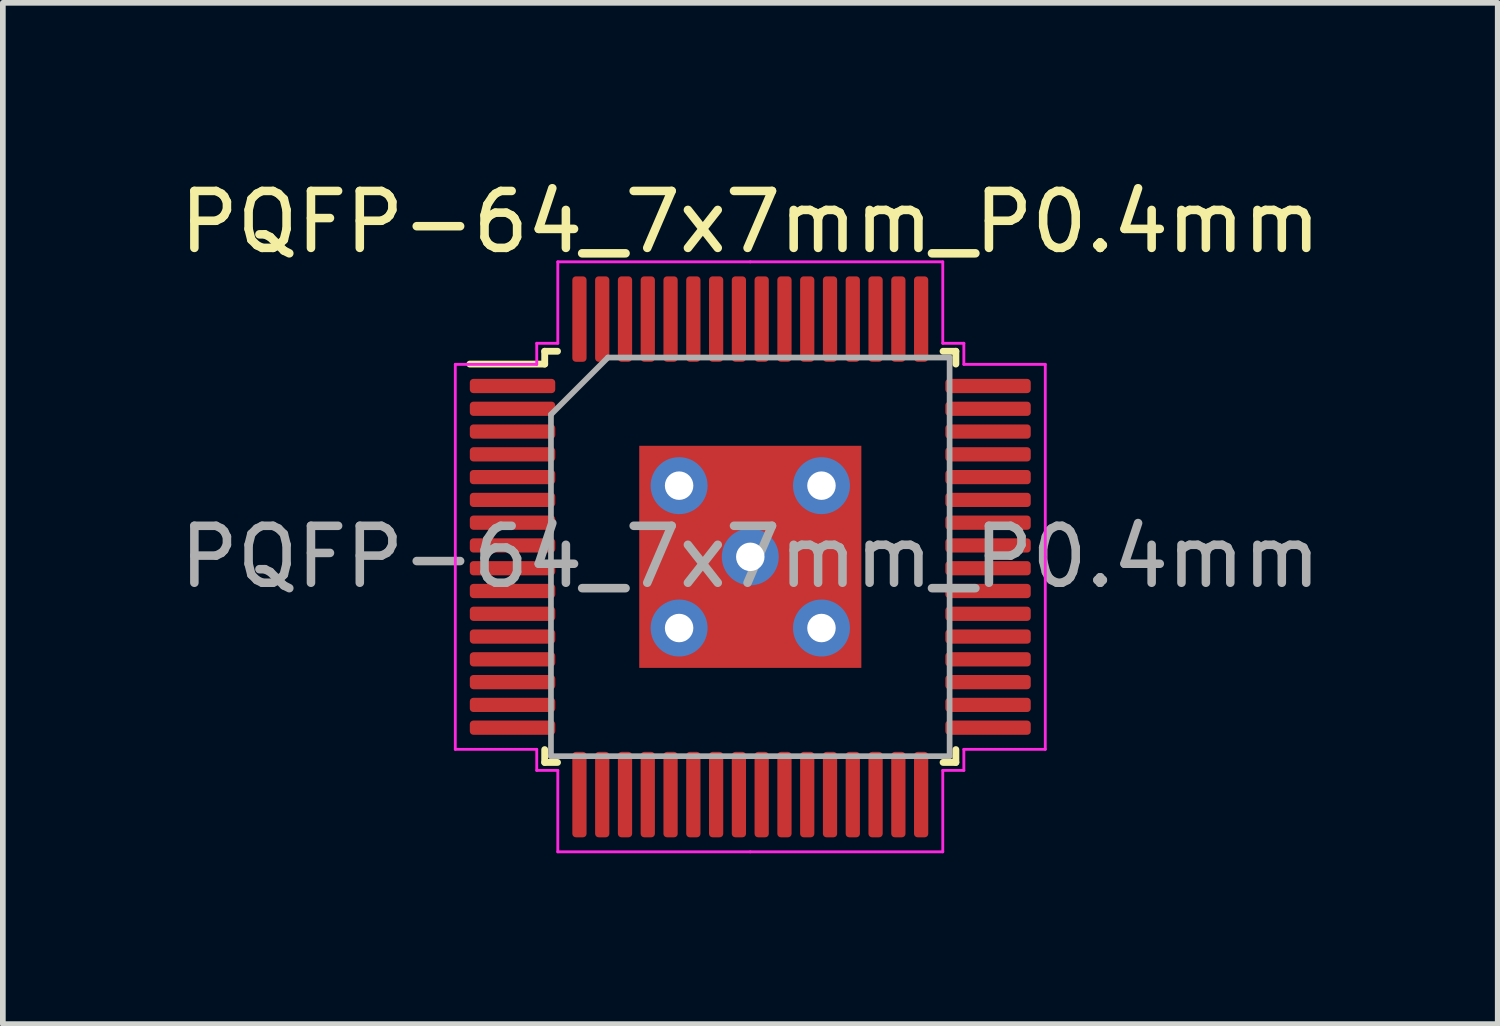
<source format=kicad_pcb>
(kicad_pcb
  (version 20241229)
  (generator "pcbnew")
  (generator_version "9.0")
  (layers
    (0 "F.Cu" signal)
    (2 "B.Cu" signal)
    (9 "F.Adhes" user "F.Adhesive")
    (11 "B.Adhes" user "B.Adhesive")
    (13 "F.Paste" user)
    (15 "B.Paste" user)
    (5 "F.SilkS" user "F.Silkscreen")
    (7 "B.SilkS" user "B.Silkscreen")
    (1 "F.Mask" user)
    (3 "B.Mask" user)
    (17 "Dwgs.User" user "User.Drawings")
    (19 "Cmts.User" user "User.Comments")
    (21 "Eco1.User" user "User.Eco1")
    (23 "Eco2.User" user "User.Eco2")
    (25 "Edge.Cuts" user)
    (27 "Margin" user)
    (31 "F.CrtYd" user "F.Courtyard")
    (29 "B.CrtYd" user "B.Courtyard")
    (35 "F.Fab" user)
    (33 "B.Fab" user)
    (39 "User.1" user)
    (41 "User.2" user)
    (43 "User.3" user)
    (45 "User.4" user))
  (footprint "PQFP-64_7x7mm_P0.4mm"
    (layer "F.Cu")
    (at 10.125 6.728)
    (property "Reference" "PQFP-64_7x7mm_P0.4mm" (at 0 -5.88 0) (layer "F.SilkS") (effects (font (size 1 1) (thickness 0.15))))
    (attr smd)
    (fp_line (start -3.61 -3.61) (end -3.61 -3.385) (stroke (width 0.12) (type solid)) (layer "F.SilkS"))
    (fp_line (start -3.61 -3.385) (end -4.925 -3.385) (stroke (width 0.12) (type solid)) (layer "F.SilkS"))
    (fp_line (start -3.61 3.61) (end -3.61 3.385) (stroke (width 0.12) (type solid)) (layer "F.SilkS"))
    (fp_line (start -3.385 -3.61) (end -3.61 -3.61) (stroke (width 0.12) (type solid)) (layer "F.SilkS"))
    (fp_line (start -3.385 3.61) (end -3.61 3.61) (stroke (width 0.12) (type solid)) (layer "F.SilkS"))
    (fp_line (start 3.385 -3.61) (end 3.61 -3.61) (stroke (width 0.12) (type solid)) (layer "F.SilkS"))
    (fp_line (start 3.385 3.61) (end 3.61 3.61) (stroke (width 0.12) (type solid)) (layer "F.SilkS"))
    (fp_line (start 3.61 -3.61) (end 3.61 -3.385) (stroke (width 0.12) (type solid)) (layer "F.SilkS"))
    (fp_line (start 3.61 3.61) (end 3.61 3.385) (stroke (width 0.12) (type solid)) (layer "F.SilkS"))
    (fp_line (start -5.18 -3.38) (end -5.18 0) (stroke (width 0.05) (type solid)) (layer "F.CrtYd"))
    (fp_line (start -5.18 3.38) (end -5.18 0) (stroke (width 0.05) (type solid)) (layer "F.CrtYd"))
    (fp_line (start -3.75 -3.75) (end -3.75 -3.38) (stroke (width 0.05) (type solid)) (layer "F.CrtYd"))
    (fp_line (start -3.75 -3.38) (end -5.18 -3.38) (stroke (width 0.05) (type solid)) (layer "F.CrtYd"))
    (fp_line (start -3.75 3.38) (end -5.18 3.38) (stroke (width 0.05) (type solid)) (layer "F.CrtYd"))
    (fp_line (start -3.75 3.75) (end -3.75 3.38) (stroke (width 0.05) (type solid)) (layer "F.CrtYd"))
    (fp_line (start -3.38 -5.18) (end -3.38 -3.75) (stroke (width 0.05) (type solid)) (layer "F.CrtYd"))
    (fp_line (start -3.38 -3.75) (end -3.75 -3.75) (stroke (width 0.05) (type solid)) (layer "F.CrtYd"))
    (fp_line (start -3.38 3.75) (end -3.75 3.75) (stroke (width 0.05) (type solid)) (layer "F.CrtYd"))
    (fp_line (start -3.38 5.18) (end -3.38 3.75) (stroke (width 0.05) (type solid)) (layer "F.CrtYd"))
    (fp_line (start 0 -5.18) (end -3.38 -5.18) (stroke (width 0.05) (type solid)) (layer "F.CrtYd"))
    (fp_line (start 0 -5.18) (end 3.38 -5.18) (stroke (width 0.05) (type solid)) (layer "F.CrtYd"))
    (fp_line (start 0 5.18) (end -3.38 5.18) (stroke (width 0.05) (type solid)) (layer "F.CrtYd"))
    (fp_line (start 0 5.18) (end 3.38 5.18) (stroke (width 0.05) (type solid)) (layer "F.CrtYd"))
    (fp_line (start 3.38 -5.18) (end 3.38 -3.75) (stroke (width 0.05) (type solid)) (layer "F.CrtYd"))
    (fp_line (start 3.38 -3.75) (end 3.75 -3.75) (stroke (width 0.05) (type solid)) (layer "F.CrtYd"))
    (fp_line (start 3.38 3.75) (end 3.75 3.75) (stroke (width 0.05) (type solid)) (layer "F.CrtYd"))
    (fp_line (start 3.38 5.18) (end 3.38 3.75) (stroke (width 0.05) (type solid)) (layer "F.CrtYd"))
    (fp_line (start 3.75 -3.75) (end 3.75 -3.38) (stroke (width 0.05) (type solid)) (layer "F.CrtYd"))
    (fp_line (start 3.75 -3.38) (end 5.18 -3.38) (stroke (width 0.05) (type solid)) (layer "F.CrtYd"))
    (fp_line (start 3.75 3.38) (end 5.18 3.38) (stroke (width 0.05) (type solid)) (layer "F.CrtYd"))
    (fp_line (start 3.75 3.75) (end 3.75 3.38) (stroke (width 0.05) (type solid)) (layer "F.CrtYd"))
    (fp_line (start 5.18 -3.38) (end 5.18 0) (stroke (width 0.05) (type solid)) (layer "F.CrtYd"))
    (fp_line (start 5.18 3.38) (end 5.18 0) (stroke (width 0.05) (type solid)) (layer "F.CrtYd"))
    (fp_line (start -3.5 -2.5) (end -2.5 -3.5) (stroke (width 0.1) (type solid)) (layer "F.Fab"))
    (fp_line (start -3.5 3.5) (end -3.5 -2.5) (stroke (width 0.1) (type solid)) (layer "F.Fab"))
    (fp_line (start -2.5 -3.5) (end 3.5 -3.5) (stroke (width 0.1) (type solid)) (layer "F.Fab"))
    (fp_line (start 3.5 -3.5) (end 3.5 3.5) (stroke (width 0.1) (type solid)) (layer "F.Fab"))
    (fp_line (start 3.5 3.5) (end -3.5 3.5) (stroke (width 0.1) (type solid)) (layer "F.Fab"))
    (fp_text user "${REFERENCE}" (at 0 0 0) (layer "F.Fab") (effects (font (size 1 1) (thickness 0.15))))
    (pad "1" smd roundrect (at -4.175 -3) (size 1.5 0.25) (layers "F.Cu" "F.Mask" "F.Paste") (roundrect_rratio 0.25))
    (pad "2" smd roundrect (at -4.175 -2.6) (size 1.5 0.25) (layers "F.Cu" "F.Mask" "F.Paste") (roundrect_rratio 0.25))
    (pad "3" smd roundrect (at -4.175 -2.2) (size 1.5 0.25) (layers "F.Cu" "F.Mask" "F.Paste") (roundrect_rratio 0.25))
    (pad "4" smd roundrect (at -4.175 -1.8) (size 1.5 0.25) (layers "F.Cu" "F.Mask" "F.Paste") (roundrect_rratio 0.25))
    (pad "5" smd roundrect (at -4.175 -1.4) (size 1.5 0.25) (layers "F.Cu" "F.Mask" "F.Paste") (roundrect_rratio 0.25))
    (pad "6" smd roundrect (at -4.175 -1) (size 1.5 0.25) (layers "F.Cu" "F.Mask" "F.Paste") (roundrect_rratio 0.25))
    (pad "7" smd roundrect (at -4.175 -0.6) (size 1.5 0.25) (layers "F.Cu" "F.Mask" "F.Paste") (roundrect_rratio 0.25))
    (pad "8" smd roundrect (at -4.175 -0.2) (size 1.5 0.25) (layers "F.Cu" "F.Mask" "F.Paste") (roundrect_rratio 0.25))
    (pad "9" smd roundrect (at -4.175 0.2) (size 1.5 0.25) (layers "F.Cu" "F.Mask" "F.Paste") (roundrect_rratio 0.25))
    (pad "10" smd roundrect (at -4.175 0.6) (size 1.5 0.25) (layers "F.Cu" "F.Mask" "F.Paste") (roundrect_rratio 0.25))
    (pad "11" smd roundrect (at -4.175 1) (size 1.5 0.25) (layers "F.Cu" "F.Mask" "F.Paste") (roundrect_rratio 0.25))
    (pad "12" smd roundrect (at -4.175 1.4) (size 1.5 0.25) (layers "F.Cu" "F.Mask" "F.Paste") (roundrect_rratio 0.25))
    (pad "13" smd roundrect (at -4.175 1.8) (size 1.5 0.25) (layers "F.Cu" "F.Mask" "F.Paste") (roundrect_rratio 0.25))
    (pad "14" smd roundrect (at -4.175 2.2) (size 1.5 0.25) (layers "F.Cu" "F.Mask" "F.Paste") (roundrect_rratio 0.25))
    (pad "15" smd roundrect (at -4.175 2.6) (size 1.5 0.25) (layers "F.Cu" "F.Mask" "F.Paste") (roundrect_rratio 0.25))
    (pad "16" smd roundrect (at -4.175 3) (size 1.5 0.25) (layers "F.Cu" "F.Mask" "F.Paste") (roundrect_rratio 0.25))
    (pad "17" smd roundrect (at -3 4.175) (size 0.25 1.5) (layers "F.Cu" "F.Mask" "F.Paste") (roundrect_rratio 0.25))
    (pad "18" smd roundrect (at -2.6 4.175) (size 0.25 1.5) (layers "F.Cu" "F.Mask" "F.Paste") (roundrect_rratio 0.25))
    (pad "19" smd roundrect (at -2.2 4.175) (size 0.25 1.5) (layers "F.Cu" "F.Mask" "F.Paste") (roundrect_rratio 0.25))
    (pad "20" smd roundrect (at -1.8 4.175) (size 0.25 1.5) (layers "F.Cu" "F.Mask" "F.Paste") (roundrect_rratio 0.25))
    (pad "21" smd roundrect (at -1.4 4.175) (size 0.25 1.5) (layers "F.Cu" "F.Mask" "F.Paste") (roundrect_rratio 0.25))
    (pad "22" smd roundrect (at -1 4.175) (size 0.25 1.5) (layers "F.Cu" "F.Mask" "F.Paste") (roundrect_rratio 0.25))
    (pad "23" smd roundrect (at -0.6 4.175) (size 0.25 1.5) (layers "F.Cu" "F.Mask" "F.Paste") (roundrect_rratio 0.25))
    (pad "24" smd roundrect (at -0.2 4.175) (size 0.25 1.5) (layers "F.Cu" "F.Mask" "F.Paste") (roundrect_rratio 0.25))
    (pad "25" smd roundrect (at 0.2 4.175) (size 0.25 1.5) (layers "F.Cu" "F.Mask" "F.Paste") (roundrect_rratio 0.25))
    (pad "26" smd roundrect (at 0.6 4.175) (size 0.25 1.5) (layers "F.Cu" "F.Mask" "F.Paste") (roundrect_rratio 0.25))
    (pad "27" smd roundrect (at 1 4.175) (size 0.25 1.5) (layers "F.Cu" "F.Mask" "F.Paste") (roundrect_rratio 0.25))
    (pad "28" smd roundrect (at 1.4 4.175) (size 0.25 1.5) (layers "F.Cu" "F.Mask" "F.Paste") (roundrect_rratio 0.25))
    (pad "29" smd roundrect (at 1.8 4.175) (size 0.25 1.5) (layers "F.Cu" "F.Mask" "F.Paste") (roundrect_rratio 0.25))
    (pad "30" smd roundrect (at 2.2 4.175) (size 0.25 1.5) (layers "F.Cu" "F.Mask" "F.Paste") (roundrect_rratio 0.25))
    (pad "31" smd roundrect (at 2.6 4.175) (size 0.25 1.5) (layers "F.Cu" "F.Mask" "F.Paste") (roundrect_rratio 0.25))
    (pad "32" smd roundrect (at 3 4.175) (size 0.25 1.5) (layers "F.Cu" "F.Mask" "F.Paste") (roundrect_rratio 0.25))
    (pad "33" smd roundrect (at 4.175 3) (size 1.5 0.25) (layers "F.Cu" "F.Mask" "F.Paste") (roundrect_rratio 0.25))
    (pad "34" smd roundrect (at 4.175 2.6) (size 1.5 0.25) (layers "F.Cu" "F.Mask" "F.Paste") (roundrect_rratio 0.25))
    (pad "35" smd roundrect (at 4.175 2.2) (size 1.5 0.25) (layers "F.Cu" "F.Mask" "F.Paste") (roundrect_rratio 0.25))
    (pad "36" smd roundrect (at 4.175 1.8) (size 1.5 0.25) (layers "F.Cu" "F.Mask" "F.Paste") (roundrect_rratio 0.25))
    (pad "37" smd roundrect (at 4.175 1.4) (size 1.5 0.25) (layers "F.Cu" "F.Mask" "F.Paste") (roundrect_rratio 0.25))
    (pad "38" smd roundrect (at 4.175 1) (size 1.5 0.25) (layers "F.Cu" "F.Mask" "F.Paste") (roundrect_rratio 0.25))
    (pad "39" smd roundrect (at 4.175 0.6) (size 1.5 0.25) (layers "F.Cu" "F.Mask" "F.Paste") (roundrect_rratio 0.25))
    (pad "40" smd roundrect (at 4.175 0.2) (size 1.5 0.25) (layers "F.Cu" "F.Mask" "F.Paste") (roundrect_rratio 0.25))
    (pad "41" smd roundrect (at 4.175 -0.2) (size 1.5 0.25) (layers "F.Cu" "F.Mask" "F.Paste") (roundrect_rratio 0.25))
    (pad "42" smd roundrect (at 4.175 -0.6) (size 1.5 0.25) (layers "F.Cu" "F.Mask" "F.Paste") (roundrect_rratio 0.25))
    (pad "43" smd roundrect (at 4.175 -1) (size 1.5 0.25) (layers "F.Cu" "F.Mask" "F.Paste") (roundrect_rratio 0.25))
    (pad "44" smd roundrect (at 4.175 -1.4) (size 1.5 0.25) (layers "F.Cu" "F.Mask" "F.Paste") (roundrect_rratio 0.25))
    (pad "45" smd roundrect (at 4.175 -1.8) (size 1.5 0.25) (layers "F.Cu" "F.Mask" "F.Paste") (roundrect_rratio 0.25))
    (pad "46" smd roundrect (at 4.175 -2.2) (size 1.5 0.25) (layers "F.Cu" "F.Mask" "F.Paste") (roundrect_rratio 0.25))
    (pad "47" smd roundrect (at 4.175 -2.6) (size 1.5 0.25) (layers "F.Cu" "F.Mask" "F.Paste") (roundrect_rratio 0.25))
    (pad "48" smd roundrect (at 4.175 -3) (size 1.5 0.25) (layers "F.Cu" "F.Mask" "F.Paste") (roundrect_rratio 0.25))
    (pad "49" smd roundrect (at 3 -4.175) (size 0.25 1.5) (layers "F.Cu" "F.Mask" "F.Paste") (roundrect_rratio 0.25))
    (pad "50" smd roundrect (at 2.6 -4.175) (size 0.25 1.5) (layers "F.Cu" "F.Mask" "F.Paste") (roundrect_rratio 0.25))
    (pad "51" smd roundrect (at 2.2 -4.175) (size 0.25 1.5) (layers "F.Cu" "F.Mask" "F.Paste") (roundrect_rratio 0.25))
    (pad "52" smd roundrect (at 1.8 -4.175) (size 0.25 1.5) (layers "F.Cu" "F.Mask" "F.Paste") (roundrect_rratio 0.25))
    (pad "53" smd roundrect (at 1.4 -4.175) (size 0.25 1.5) (layers "F.Cu" "F.Mask" "F.Paste") (roundrect_rratio 0.25))
    (pad "54" smd roundrect (at 1 -4.175) (size 0.25 1.5) (layers "F.Cu" "F.Mask" "F.Paste") (roundrect_rratio 0.25))
    (pad "55" smd roundrect (at 0.6 -4.175) (size 0.25 1.5) (layers "F.Cu" "F.Mask" "F.Paste") (roundrect_rratio 0.25))
    (pad "56" smd roundrect (at 0.2 -4.175) (size 0.25 1.5) (layers "F.Cu" "F.Mask" "F.Paste") (roundrect_rratio 0.25))
    (pad "57" smd roundrect (at -0.2 -4.175) (size 0.25 1.5) (layers "F.Cu" "F.Mask" "F.Paste") (roundrect_rratio 0.25))
    (pad "58" smd roundrect (at -0.6 -4.175) (size 0.25 1.5) (layers "F.Cu" "F.Mask" "F.Paste") (roundrect_rratio 0.25))
    (pad "59" smd roundrect (at -1 -4.175) (size 0.25 1.5) (layers "F.Cu" "F.Mask" "F.Paste") (roundrect_rratio 0.25))
    (pad "60" smd roundrect (at -1.4 -4.175) (size 0.25 1.5) (layers "F.Cu" "F.Mask" "F.Paste") (roundrect_rratio 0.25))
    (pad "61" smd roundrect (at -1.8 -4.175) (size 0.25 1.5) (layers "F.Cu" "F.Mask" "F.Paste") (roundrect_rratio 0.25))
    (pad "62" smd roundrect (at -2.2 -4.175) (size 0.25 1.5) (layers "F.Cu" "F.Mask" "F.Paste") (roundrect_rratio 0.25))
    (pad "63" smd roundrect (at -2.6 -4.175) (size 0.25 1.5) (layers "F.Cu" "F.Mask" "F.Paste") (roundrect_rratio 0.25))
    (pad "64" smd roundrect (at -3 -4.175) (size 0.25 1.5) (layers "F.Cu" "F.Mask" "F.Paste") (roundrect_rratio 0.25))
    (pad "65" thru_hole circle (at -1.25 -1.25) (size 1 1) (drill 0.5) (layers "*.Cu" "*.Mask"))
    (pad "65" thru_hole circle (at -1.25 1.25) (size 1 1) (drill 0.5) (layers "*.Cu" "*.Mask"))
    (pad "65" thru_hole circle (at 0 0) (size 1 1) (drill 0.5) (layers "*.Cu" "*.Mask"))
    (pad "65" smd rect (at 0 0) (size 3.9 3.9) (layers "F.Cu" "F.Mask" "F.Paste"))
    (pad "65" thru_hole circle (at 1.25 -1.25) (size 1 1) (drill 0.5) (layers "*.Cu" "*.Mask"))
    (pad "65" thru_hole circle (at 1.25 1.25) (size 1 1) (drill 0.5) (layers "*.Cu" "*.Mask")))
  (gr_rect
    (start -3 -3)
    (end 23.25 14.933)
    (stroke (width 0.1) (type default))
    (fill no)
    (layer "Edge.Cuts")))
</source>
